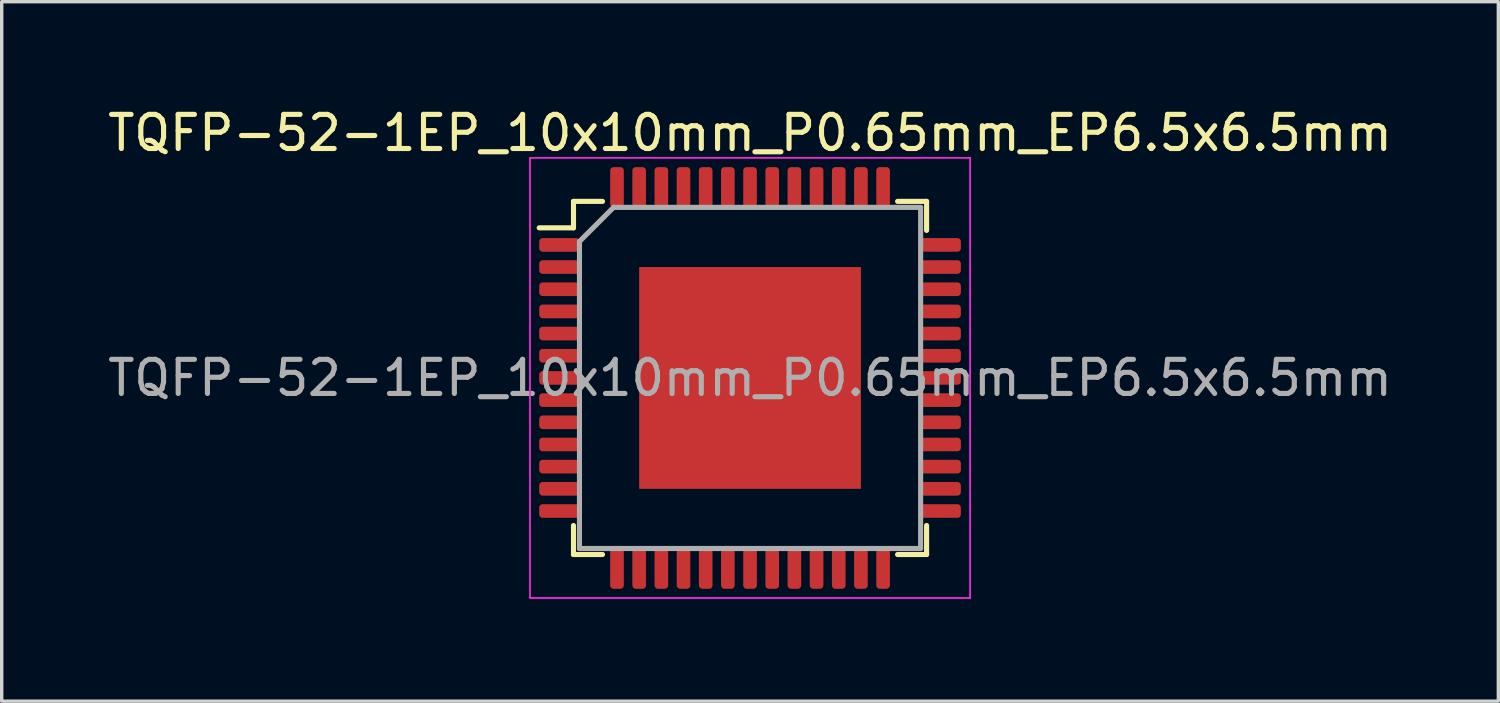
<source format=kicad_pcb>
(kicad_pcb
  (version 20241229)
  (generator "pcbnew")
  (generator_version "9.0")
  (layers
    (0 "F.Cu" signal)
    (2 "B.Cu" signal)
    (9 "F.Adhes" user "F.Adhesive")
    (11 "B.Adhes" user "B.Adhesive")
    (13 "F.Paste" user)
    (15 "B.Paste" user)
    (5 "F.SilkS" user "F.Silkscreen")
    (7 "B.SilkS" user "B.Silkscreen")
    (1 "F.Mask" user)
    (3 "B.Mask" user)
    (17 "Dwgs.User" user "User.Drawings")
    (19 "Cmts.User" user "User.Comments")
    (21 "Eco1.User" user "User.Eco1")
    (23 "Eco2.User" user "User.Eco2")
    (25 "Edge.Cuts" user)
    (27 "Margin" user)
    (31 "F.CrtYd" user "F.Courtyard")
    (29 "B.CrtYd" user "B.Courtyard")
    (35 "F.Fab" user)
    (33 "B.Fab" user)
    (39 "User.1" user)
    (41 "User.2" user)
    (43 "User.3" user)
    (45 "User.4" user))
  (footprint "TQFP-52-1EP_10x10mm_P0.65mm_EP6.5x6.5mm"
    (layer "F.Cu")
    (at 18.935 8.028)
    (property "Reference" "TQFP-52-1EP_10x10mm_P0.65mm_EP6.5x6.5mm" (at 0 -7.18 0) (layer "F.SilkS") (effects (font (size 1 1) (thickness 0.15))))
    (attr smd)
    (fp_line (start -5.175 -5.175) (end -5.175 -4.4) (stroke (width 0.15) (type solid)) (layer "F.SilkS"))
    (fp_line (start -5.175 -5.175) (end -4.325 -5.175) (stroke (width 0.15) (type solid)) (layer "F.SilkS"))
    (fp_line (start -5.175 -4.4) (end -6.18 -4.4) (stroke (width 0.15) (type solid)) (layer "F.SilkS"))
    (fp_line (start -5.175 5.175) (end -5.175 4.325) (stroke (width 0.15) (type solid)) (layer "F.SilkS"))
    (fp_line (start -5.175 5.175) (end -4.325 5.175) (stroke (width 0.15) (type solid)) (layer "F.SilkS"))
    (fp_line (start 5.175 -5.175) (end 4.325 -5.175) (stroke (width 0.15) (type solid)) (layer "F.SilkS"))
    (fp_line (start 5.175 -5.175) (end 5.175 -4.325) (stroke (width 0.15) (type solid)) (layer "F.SilkS"))
    (fp_line (start 5.175 5.175) (end 4.325 5.175) (stroke (width 0.15) (type solid)) (layer "F.SilkS"))
    (fp_line (start 5.175 5.175) (end 5.175 4.325) (stroke (width 0.15) (type solid)) (layer "F.SilkS"))
    (fp_line (start -6.45 -6.45) (end -6.45 6.45) (stroke (width 0.05) (type solid)) (layer "F.CrtYd"))
    (fp_line (start -6.45 -6.45) (end 6.45 -6.45) (stroke (width 0.05) (type solid)) (layer "F.CrtYd"))
    (fp_line (start -6.45 6.45) (end 6.45 6.45) (stroke (width 0.05) (type solid)) (layer "F.CrtYd"))
    (fp_line (start 6.45 -6.45) (end 6.45 6.45) (stroke (width 0.05) (type solid)) (layer "F.CrtYd"))
    (fp_line (start -5 -4) (end -4 -5) (stroke (width 0.15) (type solid)) (layer "F.Fab"))
    (fp_line (start -5 5) (end -5 -4) (stroke (width 0.15) (type solid)) (layer "F.Fab"))
    (fp_line (start -4 -5) (end 5 -5) (stroke (width 0.15) (type solid)) (layer "F.Fab"))
    (fp_line (start 5 -5) (end 5 5) (stroke (width 0.15) (type solid)) (layer "F.Fab"))
    (fp_line (start 5 5) (end -5 5) (stroke (width 0.15) (type solid)) (layer "F.Fab"))
    (fp_text user "${REFERENCE}" (at 0 0 0) (layer "F.Fab") (effects (font (size 1 1) (thickness 0.15))))
    (pad "" smd rect (at -2.6 -2.6) (size 1.01 1.01) (layers "F.Paste"))
    (pad "" smd rect (at -2.6 -1.3) (size 1.01 1.01) (layers "F.Paste"))
    (pad "" smd rect (at -2.6 0) (size 1.01 1.01) (layers "F.Paste"))
    (pad "" smd rect (at -2.6 1.3) (size 1.01 1.01) (layers "F.Paste"))
    (pad "" smd rect (at -2.6 2.6) (size 1.01 1.01) (layers "F.Paste"))
    (pad "" smd rect (at -1.3 -2.6) (size 1.01 1.01) (layers "F.Paste"))
    (pad "" smd rect (at -1.3 -1.3) (size 1.01 1.01) (layers "F.Paste"))
    (pad "" smd rect (at -1.3 0) (size 1.01 1.01) (layers "F.Paste"))
    (pad "" smd rect (at -1.3 1.3) (size 1.01 1.01) (layers "F.Paste"))
    (pad "" smd rect (at -1.3 2.6) (size 1.01 1.01) (layers "F.Paste"))
    (pad "" smd rect (at 0 -2.6) (size 1.01 1.01) (layers "F.Paste"))
    (pad "" smd rect (at 0 -1.3) (size 1.01 1.01) (layers "F.Paste"))
    (pad "" smd rect (at 0 0) (size 1.01 1.01) (layers "F.Paste"))
    (pad "" smd rect (at 0 1.3) (size 1.01 1.01) (layers "F.Paste"))
    (pad "" smd rect (at 0 2.6) (size 1.01 1.01) (layers "F.Paste"))
    (pad "" smd rect (at 1.3 -2.6) (size 1.01 1.01) (layers "F.Paste"))
    (pad "" smd rect (at 1.3 -1.3) (size 1.01 1.01) (layers "F.Paste"))
    (pad "" smd rect (at 1.3 0) (size 1.01 1.01) (layers "F.Paste"))
    (pad "" smd rect (at 1.3 1.3) (size 1.01 1.01) (layers "F.Paste"))
    (pad "" smd rect (at 1.3 2.6) (size 1.01 1.01) (layers "F.Paste"))
    (pad "" smd rect (at 2.6 -2.6) (size 1.01 1.01) (layers "F.Paste"))
    (pad "" smd rect (at 2.6 -1.3) (size 1.01 1.01) (layers "F.Paste"))
    (pad "" smd rect (at 2.6 0) (size 1.01 1.01) (layers "F.Paste"))
    (pad "" smd rect (at 2.6 1.3) (size 1.01 1.01) (layers "F.Paste"))
    (pad "" smd rect (at 2.6 2.6) (size 1.01 1.01) (layers "F.Paste"))
    (pad "1" smd roundrect (at -5.59 -3.9) (size 1.18 0.4) (layers "F.Cu" "F.Mask" "F.Paste") (roundrect_rratio 0.25))
    (pad "2" smd roundrect (at -5.59 -3.25) (size 1.18 0.4) (layers "F.Cu" "F.Mask" "F.Paste") (roundrect_rratio 0.25))
    (pad "3" smd roundrect (at -5.59 -2.6) (size 1.18 0.4) (layers "F.Cu" "F.Mask" "F.Paste") (roundrect_rratio 0.25))
    (pad "4" smd roundrect (at -5.59 -1.95) (size 1.18 0.4) (layers "F.Cu" "F.Mask" "F.Paste") (roundrect_rratio 0.25))
    (pad "5" smd roundrect (at -5.59 -1.3) (size 1.18 0.4) (layers "F.Cu" "F.Mask" "F.Paste") (roundrect_rratio 0.25))
    (pad "6" smd roundrect (at -5.59 -0.65) (size 1.18 0.4) (layers "F.Cu" "F.Mask" "F.Paste") (roundrect_rratio 0.25))
    (pad "7" smd roundrect (at -5.59 0) (size 1.18 0.4) (layers "F.Cu" "F.Mask" "F.Paste") (roundrect_rratio 0.25))
    (pad "8" smd roundrect (at -5.59 0.65) (size 1.18 0.4) (layers "F.Cu" "F.Mask" "F.Paste") (roundrect_rratio 0.25))
    (pad "9" smd roundrect (at -5.59 1.3) (size 1.18 0.4) (layers "F.Cu" "F.Mask" "F.Paste") (roundrect_rratio 0.25))
    (pad "10" smd roundrect (at -5.59 1.95) (size 1.18 0.4) (layers "F.Cu" "F.Mask" "F.Paste") (roundrect_rratio 0.25))
    (pad "11" smd roundrect (at -5.59 2.6) (size 1.18 0.4) (layers "F.Cu" "F.Mask" "F.Paste") (roundrect_rratio 0.25))
    (pad "12" smd roundrect (at -5.59 3.25) (size 1.18 0.4) (layers "F.Cu" "F.Mask" "F.Paste") (roundrect_rratio 0.25))
    (pad "13" smd roundrect (at -5.59 3.9) (size 1.18 0.4) (layers "F.Cu" "F.Mask" "F.Paste") (roundrect_rratio 0.25))
    (pad "14" smd roundrect (at -3.9 5.59 90) (size 1.18 0.4) (layers "F.Cu" "F.Mask" "F.Paste") (roundrect_rratio 0.25))
    (pad "15" smd roundrect (at -3.25 5.59 90) (size 1.18 0.4) (layers "F.Cu" "F.Mask" "F.Paste") (roundrect_rratio 0.25))
    (pad "16" smd roundrect (at -2.6 5.59 90) (size 1.18 0.4) (layers "F.Cu" "F.Mask" "F.Paste") (roundrect_rratio 0.25))
    (pad "17" smd roundrect (at -1.95 5.59 90) (size 1.18 0.4) (layers "F.Cu" "F.Mask" "F.Paste") (roundrect_rratio 0.25))
    (pad "18" smd roundrect (at -1.3 5.59 90) (size 1.18 0.4) (layers "F.Cu" "F.Mask" "F.Paste") (roundrect_rratio 0.25))
    (pad "19" smd roundrect (at -0.65 5.59 90) (size 1.18 0.4) (layers "F.Cu" "F.Mask" "F.Paste") (roundrect_rratio 0.25))
    (pad "20" smd roundrect (at 0 5.59 90) (size 1.18 0.4) (layers "F.Cu" "F.Mask" "F.Paste") (roundrect_rratio 0.25))
    (pad "21" smd roundrect (at 0.65 5.59 90) (size 1.18 0.4) (layers "F.Cu" "F.Mask" "F.Paste") (roundrect_rratio 0.25))
    (pad "22" smd roundrect (at 1.3 5.59 90) (size 1.18 0.4) (layers "F.Cu" "F.Mask" "F.Paste") (roundrect_rratio 0.25))
    (pad "23" smd roundrect (at 1.95 5.59 90) (size 1.18 0.4) (layers "F.Cu" "F.Mask" "F.Paste") (roundrect_rratio 0.25))
    (pad "24" smd roundrect (at 2.6 5.59 90) (size 1.18 0.4) (layers "F.Cu" "F.Mask" "F.Paste") (roundrect_rratio 0.25))
    (pad "25" smd roundrect (at 3.25 5.59 90) (size 1.18 0.4) (layers "F.Cu" "F.Mask" "F.Paste") (roundrect_rratio 0.25))
    (pad "26" smd roundrect (at 3.9 5.59 90) (size 1.18 0.4) (layers "F.Cu" "F.Mask" "F.Paste") (roundrect_rratio 0.25))
    (pad "27" smd roundrect (at 5.59 3.9) (size 1.18 0.4) (layers "F.Cu" "F.Mask" "F.Paste") (roundrect_rratio 0.25))
    (pad "28" smd roundrect (at 5.59 3.25) (size 1.18 0.4) (layers "F.Cu" "F.Mask" "F.Paste") (roundrect_rratio 0.25))
    (pad "29" smd roundrect (at 5.59 2.6) (size 1.18 0.4) (layers "F.Cu" "F.Mask" "F.Paste") (roundrect_rratio 0.25))
    (pad "30" smd roundrect (at 5.59 1.95) (size 1.18 0.4) (layers "F.Cu" "F.Mask" "F.Paste") (roundrect_rratio 0.25))
    (pad "31" smd roundrect (at 5.59 1.3) (size 1.18 0.4) (layers "F.Cu" "F.Mask" "F.Paste") (roundrect_rratio 0.25))
    (pad "32" smd roundrect (at 5.59 0.65) (size 1.18 0.4) (layers "F.Cu" "F.Mask" "F.Paste") (roundrect_rratio 0.25))
    (pad "33" smd roundrect (at 5.59 0) (size 1.18 0.4) (layers "F.Cu" "F.Mask" "F.Paste") (roundrect_rratio 0.25))
    (pad "34" smd roundrect (at 5.59 -0.65) (size 1.18 0.4) (layers "F.Cu" "F.Mask" "F.Paste") (roundrect_rratio 0.25))
    (pad "35" smd roundrect (at 5.59 -1.3) (size 1.18 0.4) (layers "F.Cu" "F.Mask" "F.Paste") (roundrect_rratio 0.25))
    (pad "36" smd roundrect (at 5.59 -1.95) (size 1.18 0.4) (layers "F.Cu" "F.Mask" "F.Paste") (roundrect_rratio 0.25))
    (pad "37" smd roundrect (at 5.59 -2.6) (size 1.18 0.4) (layers "F.Cu" "F.Mask" "F.Paste") (roundrect_rratio 0.25))
    (pad "38" smd roundrect (at 5.59 -3.25) (size 1.18 0.4) (layers "F.Cu" "F.Mask" "F.Paste") (roundrect_rratio 0.25))
    (pad "39" smd roundrect (at 5.59 -3.9) (size 1.18 0.4) (layers "F.Cu" "F.Mask" "F.Paste") (roundrect_rratio 0.25))
    (pad "40" smd roundrect (at 3.9 -5.59 90) (size 1.18 0.4) (layers "F.Cu" "F.Mask" "F.Paste") (roundrect_rratio 0.25))
    (pad "41" smd roundrect (at 3.25 -5.59 90) (size 1.18 0.4) (layers "F.Cu" "F.Mask" "F.Paste") (roundrect_rratio 0.25))
    (pad "42" smd roundrect (at 2.6 -5.59 90) (size 1.18 0.4) (layers "F.Cu" "F.Mask" "F.Paste") (roundrect_rratio 0.25))
    (pad "43" smd roundrect (at 1.95 -5.59 90) (size 1.18 0.4) (layers "F.Cu" "F.Mask" "F.Paste") (roundrect_rratio 0.25))
    (pad "44" smd roundrect (at 1.3 -5.59 90) (size 1.18 0.4) (layers "F.Cu" "F.Mask" "F.Paste") (roundrect_rratio 0.25))
    (pad "45" smd roundrect (at 0.65 -5.59 90) (size 1.18 0.4) (layers "F.Cu" "F.Mask" "F.Paste") (roundrect_rratio 0.25))
    (pad "46" smd roundrect (at 0 -5.59 90) (size 1.18 0.4) (layers "F.Cu" "F.Mask" "F.Paste") (roundrect_rratio 0.25))
    (pad "47" smd roundrect (at -0.65 -5.59 90) (size 1.18 0.4) (layers "F.Cu" "F.Mask" "F.Paste") (roundrect_rratio 0.25))
    (pad "48" smd roundrect (at -1.3 -5.59 90) (size 1.18 0.4) (layers "F.Cu" "F.Mask" "F.Paste") (roundrect_rratio 0.25))
    (pad "49" smd roundrect (at -1.95 -5.59 90) (size 1.18 0.4) (layers "F.Cu" "F.Mask" "F.Paste") (roundrect_rratio 0.25))
    (pad "50" smd roundrect (at -2.6 -5.59 90) (size 1.18 0.4) (layers "F.Cu" "F.Mask" "F.Paste") (roundrect_rratio 0.25))
    (pad "51" smd roundrect (at -3.25 -5.59 90) (size 1.18 0.4) (layers "F.Cu" "F.Mask" "F.Paste") (roundrect_rratio 0.25))
    (pad "52" smd roundrect (at -3.9 -5.59 90) (size 1.18 0.4) (layers "F.Cu" "F.Mask" "F.Paste") (roundrect_rratio 0.25))
    (pad "53" smd rect (at 0 0) (size 6.5 6.5) (layers "F.Cu" "F.Mask")))
  (gr_rect
    (start -3 -3)
    (end 40.869 17.503)
    (stroke (width 0.1) (type default))
    (fill no)
    (layer "Edge.Cuts")))
</source>
